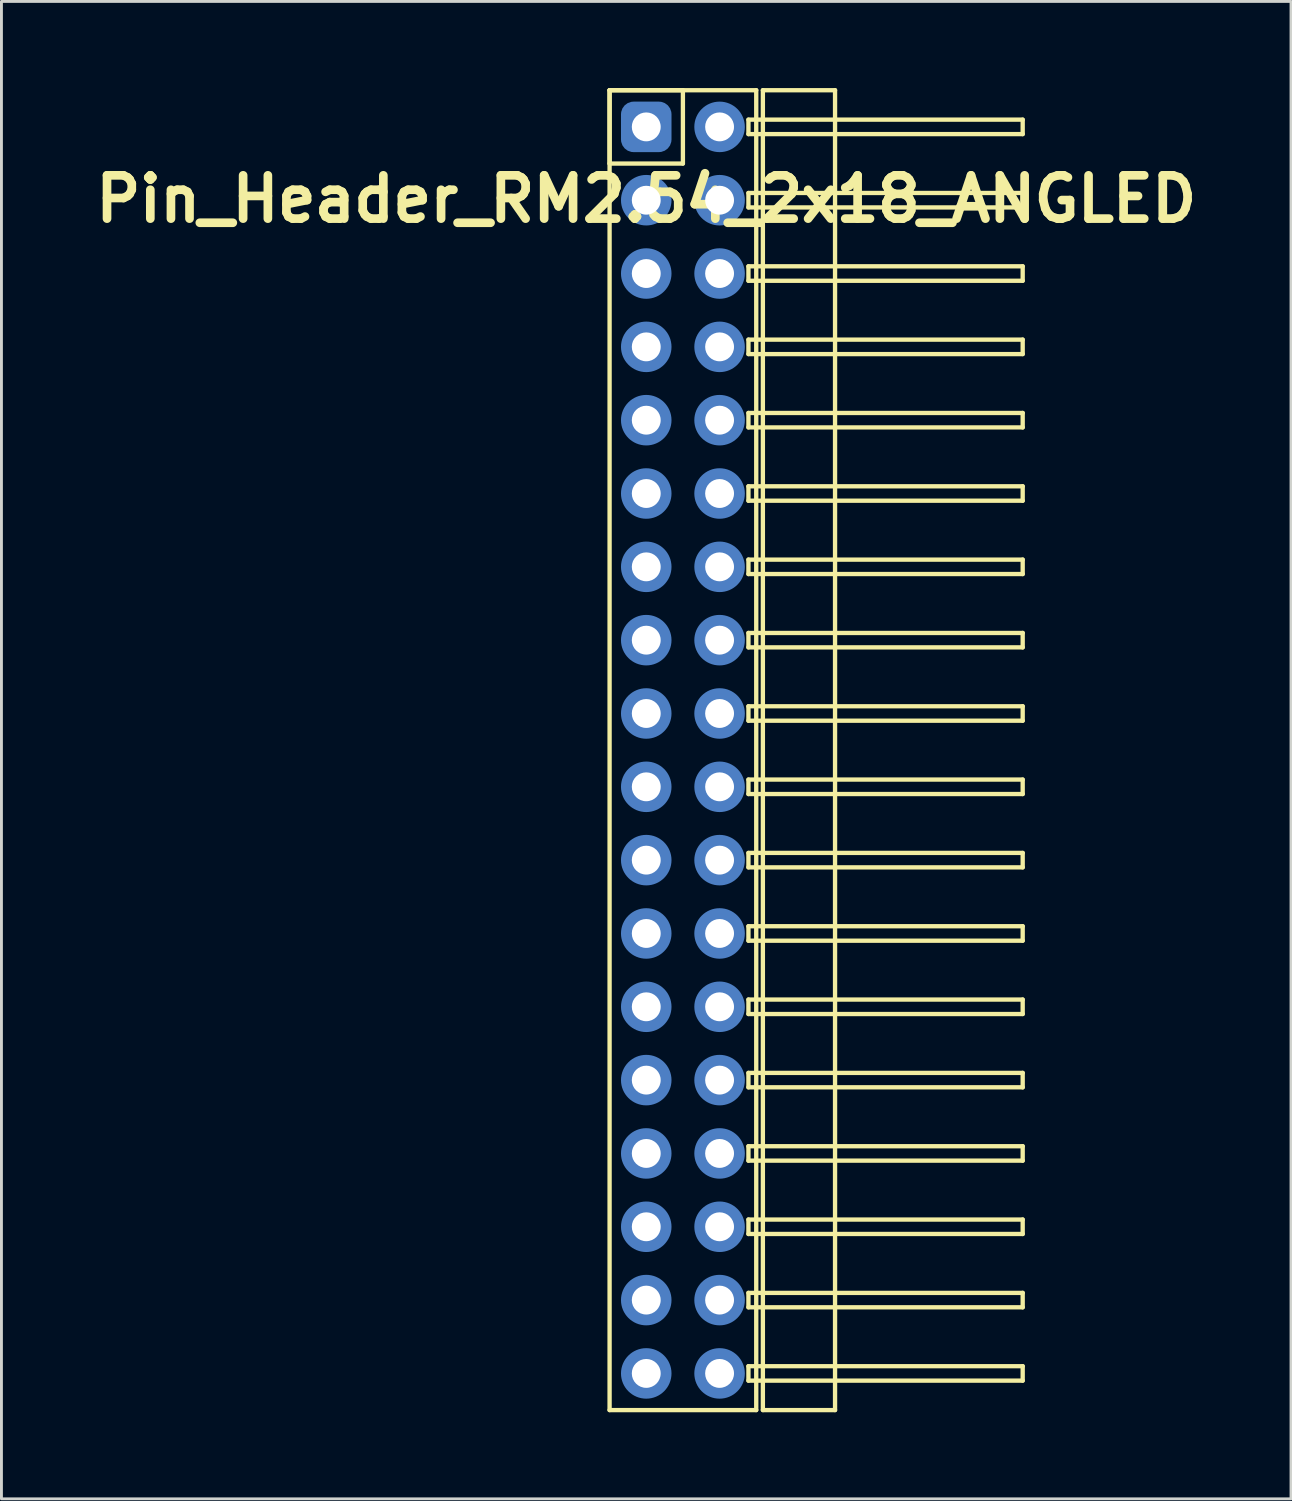
<source format=kicad_pcb>
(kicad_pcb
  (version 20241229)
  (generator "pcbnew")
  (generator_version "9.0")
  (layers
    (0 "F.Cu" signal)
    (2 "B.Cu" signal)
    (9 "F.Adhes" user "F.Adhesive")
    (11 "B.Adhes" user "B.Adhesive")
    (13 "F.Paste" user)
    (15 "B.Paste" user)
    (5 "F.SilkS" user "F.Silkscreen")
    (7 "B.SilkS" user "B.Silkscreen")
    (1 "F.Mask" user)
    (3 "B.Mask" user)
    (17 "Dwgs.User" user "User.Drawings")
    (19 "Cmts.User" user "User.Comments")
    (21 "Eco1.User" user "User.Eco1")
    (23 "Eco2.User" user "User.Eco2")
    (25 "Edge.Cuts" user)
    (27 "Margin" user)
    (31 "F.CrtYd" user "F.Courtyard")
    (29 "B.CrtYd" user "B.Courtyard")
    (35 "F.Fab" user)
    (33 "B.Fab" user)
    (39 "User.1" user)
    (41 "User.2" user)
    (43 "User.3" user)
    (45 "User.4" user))
  (footprint "Pin_Header_RM2.54_2x18_ANGLED"
    (layer "F.Cu")
    (at 19.336 1.345)
    (property "Reference" "Pin_Header_RM2.54_2x18_ANGLED" (at 0 2.5 0) (layer "F.SilkS") (effects (font (size 1.5 1.5) (thickness 0.3))))
    (attr through_hole)
    (fp_line (start -1.27 -1.27) (end 1.27 -1.27) (stroke (width 0.15) (type solid)) (layer "F.SilkS"))
    (fp_line (start -1.27 -1.27) (end 3.81 -1.27) (stroke (width 0.15) (type solid)) (layer "F.SilkS"))
    (fp_line (start -1.27 1.27) (end -1.27 -1.27) (stroke (width 0.15) (type solid)) (layer "F.SilkS"))
    (fp_line (start -1.27 44.45) (end -1.27 -1.27) (stroke (width 0.15) (type solid)) (layer "F.SilkS"))
    (fp_line (start 1.27 -1.27) (end 1.27 1.27) (stroke (width 0.15) (type solid)) (layer "F.SilkS"))
    (fp_line (start 1.27 1.27) (end -1.27 1.27) (stroke (width 0.15) (type solid)) (layer "F.SilkS"))
    (fp_line (start 3.54 -0.25) (end 13.04 -0.25) (stroke (width 0.15) (type solid)) (layer "F.SilkS"))
    (fp_line (start 3.54 0.25) (end 3.54 -0.25) (stroke (width 0.15) (type solid)) (layer "F.SilkS"))
    (fp_line (start 3.54 2.29) (end 13.04 2.29) (stroke (width 0.15) (type solid)) (layer "F.SilkS"))
    (fp_line (start 3.54 2.79) (end 3.54 2.29) (stroke (width 0.15) (type solid)) (layer "F.SilkS"))
    (fp_line (start 3.54 4.83) (end 13.04 4.83) (stroke (width 0.15) (type solid)) (layer "F.SilkS"))
    (fp_line (start 3.54 5.33) (end 3.54 4.83) (stroke (width 0.15) (type solid)) (layer "F.SilkS"))
    (fp_line (start 3.54 7.37) (end 13.04 7.37) (stroke (width 0.15) (type solid)) (layer "F.SilkS"))
    (fp_line (start 3.54 7.87) (end 3.54 7.37) (stroke (width 0.15) (type solid)) (layer "F.SilkS"))
    (fp_line (start 3.54 9.91) (end 13.04 9.91) (stroke (width 0.15) (type solid)) (layer "F.SilkS"))
    (fp_line (start 3.54 10.41) (end 3.54 9.91) (stroke (width 0.15) (type solid)) (layer "F.SilkS"))
    (fp_line (start 3.54 12.45) (end 13.04 12.45) (stroke (width 0.15) (type solid)) (layer "F.SilkS"))
    (fp_line (start 3.54 12.95) (end 3.54 12.45) (stroke (width 0.15) (type solid)) (layer "F.SilkS"))
    (fp_line (start 3.54 14.99) (end 13.04 14.99) (stroke (width 0.15) (type solid)) (layer "F.SilkS"))
    (fp_line (start 3.54 15.49) (end 3.54 14.99) (stroke (width 0.15) (type solid)) (layer "F.SilkS"))
    (fp_line (start 3.54 17.53) (end 13.04 17.53) (stroke (width 0.15) (type solid)) (layer "F.SilkS"))
    (fp_line (start 3.54 18.03) (end 3.54 17.53) (stroke (width 0.15) (type solid)) (layer "F.SilkS"))
    (fp_line (start 3.54 20.07) (end 13.04 20.07) (stroke (width 0.15) (type solid)) (layer "F.SilkS"))
    (fp_line (start 3.54 20.57) (end 3.54 20.07) (stroke (width 0.15) (type solid)) (layer "F.SilkS"))
    (fp_line (start 3.54 22.61) (end 13.04 22.61) (stroke (width 0.15) (type solid)) (layer "F.SilkS"))
    (fp_line (start 3.54 23.11) (end 3.54 22.61) (stroke (width 0.15) (type solid)) (layer "F.SilkS"))
    (fp_line (start 3.54 25.15) (end 13.04 25.15) (stroke (width 0.15) (type solid)) (layer "F.SilkS"))
    (fp_line (start 3.54 25.65) (end 3.54 25.15) (stroke (width 0.15) (type solid)) (layer "F.SilkS"))
    (fp_line (start 3.54 27.69) (end 13.04 27.69) (stroke (width 0.15) (type solid)) (layer "F.SilkS"))
    (fp_line (start 3.54 28.19) (end 3.54 27.69) (stroke (width 0.15) (type solid)) (layer "F.SilkS"))
    (fp_line (start 3.54 30.23) (end 13.04 30.23) (stroke (width 0.15) (type solid)) (layer "F.SilkS"))
    (fp_line (start 3.54 30.73) (end 3.54 30.23) (stroke (width 0.15) (type solid)) (layer "F.SilkS"))
    (fp_line (start 3.54 32.77) (end 13.04 32.77) (stroke (width 0.15) (type solid)) (layer "F.SilkS"))
    (fp_line (start 3.54 33.27) (end 3.54 32.77) (stroke (width 0.15) (type solid)) (layer "F.SilkS"))
    (fp_line (start 3.54 35.31) (end 13.04 35.31) (stroke (width 0.15) (type solid)) (layer "F.SilkS"))
    (fp_line (start 3.54 35.81) (end 3.54 35.31) (stroke (width 0.15) (type solid)) (layer "F.SilkS"))
    (fp_line (start 3.54 37.85) (end 13.04 37.85) (stroke (width 0.15) (type solid)) (layer "F.SilkS"))
    (fp_line (start 3.54 38.35) (end 3.54 37.85) (stroke (width 0.15) (type solid)) (layer "F.SilkS"))
    (fp_line (start 3.54 40.39) (end 13.04 40.39) (stroke (width 0.15) (type solid)) (layer "F.SilkS"))
    (fp_line (start 3.54 40.89) (end 3.54 40.39) (stroke (width 0.15) (type solid)) (layer "F.SilkS"))
    (fp_line (start 3.54 42.93) (end 13.04 42.93) (stroke (width 0.15) (type solid)) (layer "F.SilkS"))
    (fp_line (start 3.54 43.43) (end 3.54 42.93) (stroke (width 0.15) (type solid)) (layer "F.SilkS"))
    (fp_line (start 3.81 -1.27) (end 3.81 44.45) (stroke (width 0.15) (type solid)) (layer "F.SilkS"))
    (fp_line (start 3.81 44.45) (end -1.27 44.45) (stroke (width 0.15) (type solid)) (layer "F.SilkS"))
    (fp_line (start 4.04 -1.27) (end 6.54 -1.27) (stroke (width 0.15) (type solid)) (layer "F.SilkS"))
    (fp_line (start 4.04 44.45) (end 4.04 -1.27) (stroke (width 0.15) (type solid)) (layer "F.SilkS"))
    (fp_line (start 6.54 -1.27) (end 6.54 44.45) (stroke (width 0.15) (type solid)) (layer "F.SilkS"))
    (fp_line (start 6.54 44.45) (end 4.04 44.45) (stroke (width 0.15) (type solid)) (layer "F.SilkS"))
    (fp_line (start 13.04 -0.25) (end 13.04 0.25) (stroke (width 0.15) (type solid)) (layer "F.SilkS"))
    (fp_line (start 13.04 0.25) (end 3.54 0.25) (stroke (width 0.15) (type solid)) (layer "F.SilkS"))
    (fp_line (start 13.04 2.29) (end 13.04 2.79) (stroke (width 0.15) (type solid)) (layer "F.SilkS"))
    (fp_line (start 13.04 2.79) (end 3.54 2.79) (stroke (width 0.15) (type solid)) (layer "F.SilkS"))
    (fp_line (start 13.04 4.83) (end 13.04 5.33) (stroke (width 0.15) (type solid)) (layer "F.SilkS"))
    (fp_line (start 13.04 5.33) (end 3.54 5.33) (stroke (width 0.15) (type solid)) (layer "F.SilkS"))
    (fp_line (start 13.04 7.37) (end 13.04 7.87) (stroke (width 0.15) (type solid)) (layer "F.SilkS"))
    (fp_line (start 13.04 7.87) (end 3.54 7.87) (stroke (width 0.15) (type solid)) (layer "F.SilkS"))
    (fp_line (start 13.04 9.91) (end 13.04 10.41) (stroke (width 0.15) (type solid)) (layer "F.SilkS"))
    (fp_line (start 13.04 10.41) (end 3.54 10.41) (stroke (width 0.15) (type solid)) (layer "F.SilkS"))
    (fp_line (start 13.04 12.45) (end 13.04 12.95) (stroke (width 0.15) (type solid)) (layer "F.SilkS"))
    (fp_line (start 13.04 12.95) (end 3.54 12.95) (stroke (width 0.15) (type solid)) (layer "F.SilkS"))
    (fp_line (start 13.04 14.99) (end 13.04 15.49) (stroke (width 0.15) (type solid)) (layer "F.SilkS"))
    (fp_line (start 13.04 15.49) (end 3.54 15.49) (stroke (width 0.15) (type solid)) (layer "F.SilkS"))
    (fp_line (start 13.04 17.53) (end 13.04 18.03) (stroke (width 0.15) (type solid)) (layer "F.SilkS"))
    (fp_line (start 13.04 18.03) (end 3.54 18.03) (stroke (width 0.15) (type solid)) (layer "F.SilkS"))
    (fp_line (start 13.04 20.07) (end 13.04 20.57) (stroke (width 0.15) (type solid)) (layer "F.SilkS"))
    (fp_line (start 13.04 20.57) (end 3.54 20.57) (stroke (width 0.15) (type solid)) (layer "F.SilkS"))
    (fp_line (start 13.04 22.61) (end 13.04 23.11) (stroke (width 0.15) (type solid)) (layer "F.SilkS"))
    (fp_line (start 13.04 23.11) (end 3.54 23.11) (stroke (width 0.15) (type solid)) (layer "F.SilkS"))
    (fp_line (start 13.04 25.15) (end 13.04 25.65) (stroke (width 0.15) (type solid)) (layer "F.SilkS"))
    (fp_line (start 13.04 25.65) (end 3.54 25.65) (stroke (width 0.15) (type solid)) (layer "F.SilkS"))
    (fp_line (start 13.04 27.69) (end 13.04 28.19) (stroke (width 0.15) (type solid)) (layer "F.SilkS"))
    (fp_line (start 13.04 28.19) (end 3.54 28.19) (stroke (width 0.15) (type solid)) (layer "F.SilkS"))
    (fp_line (start 13.04 30.23) (end 13.04 30.73) (stroke (width 0.15) (type solid)) (layer "F.SilkS"))
    (fp_line (start 13.04 30.73) (end 3.54 30.73) (stroke (width 0.15) (type solid)) (layer "F.SilkS"))
    (fp_line (start 13.04 32.77) (end 13.04 33.27) (stroke (width 0.15) (type solid)) (layer "F.SilkS"))
    (fp_line (start 13.04 33.27) (end 3.54 33.27) (stroke (width 0.15) (type solid)) (layer "F.SilkS"))
    (fp_line (start 13.04 35.31) (end 13.04 35.81) (stroke (width 0.15) (type solid)) (layer "F.SilkS"))
    (fp_line (start 13.04 35.81) (end 3.54 35.81) (stroke (width 0.15) (type solid)) (layer "F.SilkS"))
    (fp_line (start 13.04 37.85) (end 13.04 38.35) (stroke (width 0.15) (type solid)) (layer "F.SilkS"))
    (fp_line (start 13.04 38.35) (end 3.54 38.35) (stroke (width 0.15) (type solid)) (layer "F.SilkS"))
    (fp_line (start 13.04 40.39) (end 13.04 40.89) (stroke (width 0.15) (type solid)) (layer "F.SilkS"))
    (fp_line (start 13.04 40.89) (end 3.54 40.89) (stroke (width 0.15) (type solid)) (layer "F.SilkS"))
    (fp_line (start 13.04 42.93) (end 13.04 43.43) (stroke (width 0.15) (type solid)) (layer "F.SilkS"))
    (fp_line (start 13.04 43.43) (end 3.54 43.43) (stroke (width 0.15) (type solid)) (layer "F.SilkS"))
    (pad "1" thru_hole circle (at 0 0) (size 1.3 1.3) (drill 1) (layers "*.Cu" "*.Mask"))
    (pad "1" smd roundrect (at 0 0) (size 1.5 1.5) (layers "F.Cu" "F.Mask") (roundrect_rratio 0.25))
    (pad "1" smd roundrect (at 0 0) (size 1.75 1.75) (layers "B.Cu" "B.Mask") (roundrect_rratio 0.25))
    (pad "2" thru_hole circle (at 2.54 0) (size 1.3 1.3) (drill 1) (layers "*.Cu" "*.Mask"))
    (pad "2" smd circle (at 2.54 0) (size 1.5 1.5) (layers "F.Cu" "F.Mask"))
    (pad "2" smd circle (at 2.54 0) (size 1.75 1.75) (layers "B.Cu" "B.Mask"))
    (pad "3" thru_hole circle (at 0 2.54) (size 1.3 1.3) (drill 1) (layers "*.Cu" "*.Mask"))
    (pad "3" smd circle (at 0 2.54) (size 1.5 1.5) (layers "F.Cu" "F.Mask"))
    (pad "3" smd circle (at 0 2.54) (size 1.75 1.75) (layers "B.Cu" "B.Mask"))
    (pad "4" thru_hole circle (at 2.54 2.54) (size 1.3 1.3) (drill 1) (layers "*.Cu" "*.Mask"))
    (pad "4" smd circle (at 2.54 2.54) (size 1.5 1.5) (layers "F.Cu" "F.Mask"))
    (pad "4" smd circle (at 2.54 2.54) (size 1.75 1.75) (layers "B.Cu" "B.Mask"))
    (pad "5" thru_hole circle (at 0 5.08) (size 1.3 1.3) (drill 1) (layers "*.Cu" "*.Mask"))
    (pad "5" smd circle (at 0 5.08) (size 1.5 1.5) (layers "F.Cu" "F.Mask"))
    (pad "5" smd circle (at 0 5.08) (size 1.75 1.75) (layers "B.Cu" "B.Mask"))
    (pad "6" thru_hole circle (at 2.54 5.08) (size 1.3 1.3) (drill 1) (layers "*.Cu" "*.Mask"))
    (pad "6" smd circle (at 2.54 5.08) (size 1.5 1.5) (layers "F.Cu" "F.Mask"))
    (pad "6" smd circle (at 2.54 5.08) (size 1.75 1.75) (layers "B.Cu" "B.Mask"))
    (pad "7" thru_hole circle (at 0 7.62) (size 1.3 1.3) (drill 1) (layers "*.Cu" "*.Mask"))
    (pad "7" smd circle (at 0 7.62) (size 1.5 1.5) (layers "F.Cu" "F.Mask"))
    (pad "7" smd circle (at 0 7.62) (size 1.75 1.75) (layers "B.Cu" "B.Mask"))
    (pad "8" thru_hole circle (at 2.54 7.62) (size 1.3 1.3) (drill 1) (layers "*.Cu" "*.Mask"))
    (pad "8" smd circle (at 2.54 7.62) (size 1.5 1.5) (layers "F.Cu" "F.Mask"))
    (pad "8" smd circle (at 2.54 7.62) (size 1.75 1.75) (layers "B.Cu" "B.Mask"))
    (pad "9" thru_hole circle (at 0 10.16) (size 1.3 1.3) (drill 1) (layers "*.Cu" "*.Mask"))
    (pad "9" smd circle (at 0 10.16) (size 1.5 1.5) (layers "F.Cu" "F.Mask"))
    (pad "9" smd circle (at 0 10.16) (size 1.75 1.75) (layers "B.Cu" "B.Mask"))
    (pad "10" thru_hole circle (at 2.54 10.16) (size 1.3 1.3) (drill 1) (layers "*.Cu" "*.Mask"))
    (pad "10" smd circle (at 2.54 10.16) (size 1.5 1.5) (layers "F.Cu" "F.Mask"))
    (pad "10" smd circle (at 2.54 10.16) (size 1.75 1.75) (layers "B.Cu" "B.Mask"))
    (pad "11" thru_hole circle (at 0 12.7) (size 1.3 1.3) (drill 1) (layers "*.Cu" "*.Mask"))
    (pad "11" smd circle (at 0 12.7) (size 1.5 1.5) (layers "F.Cu" "F.Mask"))
    (pad "11" smd circle (at 0 12.7) (size 1.75 1.75) (layers "B.Cu" "B.Mask"))
    (pad "12" thru_hole circle (at 2.54 12.7) (size 1.3 1.3) (drill 1) (layers "*.Cu" "*.Mask"))
    (pad "12" smd circle (at 2.54 12.7) (size 1.5 1.5) (layers "F.Cu" "F.Mask"))
    (pad "12" smd circle (at 2.54 12.7) (size 1.75 1.75) (layers "B.Cu" "B.Mask"))
    (pad "13" thru_hole circle (at 0 15.24) (size 1.3 1.3) (drill 1) (layers "*.Cu" "*.Mask"))
    (pad "13" smd circle (at 0 15.24) (size 1.5 1.5) (layers "F.Cu" "F.Mask"))
    (pad "13" smd circle (at 0 15.24) (size 1.75 1.75) (layers "B.Cu" "B.Mask"))
    (pad "14" thru_hole circle (at 2.54 15.24) (size 1.3 1.3) (drill 1) (layers "*.Cu" "*.Mask"))
    (pad "14" smd circle (at 2.54 15.24) (size 1.5 1.5) (layers "F.Cu" "F.Mask"))
    (pad "14" smd circle (at 2.54 15.24) (size 1.75 1.75) (layers "B.Cu" "B.Mask"))
    (pad "15" thru_hole circle (at 0 17.78) (size 1.3 1.3) (drill 1) (layers "*.Cu" "*.Mask"))
    (pad "15" smd circle (at 0 17.78) (size 1.5 1.5) (layers "F.Cu" "F.Mask"))
    (pad "15" smd circle (at 0 17.78) (size 1.75 1.75) (layers "B.Cu" "B.Mask"))
    (pad "16" thru_hole circle (at 2.54 17.78) (size 1.3 1.3) (drill 1) (layers "*.Cu" "*.Mask"))
    (pad "16" smd circle (at 2.54 17.78) (size 1.5 1.5) (layers "F.Cu" "F.Mask"))
    (pad "16" smd circle (at 2.54 17.78) (size 1.75 1.75) (layers "B.Cu" "B.Mask"))
    (pad "17" thru_hole circle (at 0 20.32) (size 1.3 1.3) (drill 1) (layers "*.Cu" "*.Mask"))
    (pad "17" smd circle (at 0 20.32) (size 1.5 1.5) (layers "F.Cu" "F.Mask"))
    (pad "17" smd circle (at 0 20.32) (size 1.75 1.75) (layers "B.Cu" "B.Mask"))
    (pad "18" thru_hole circle (at 2.54 20.32) (size 1.3 1.3) (drill 1) (layers "*.Cu" "*.Mask"))
    (pad "18" smd circle (at 2.54 20.32) (size 1.5 1.5) (layers "F.Cu" "F.Mask"))
    (pad "18" smd circle (at 2.54 20.32) (size 1.75 1.75) (layers "B.Cu" "B.Mask"))
    (pad "19" thru_hole circle (at 0 22.86) (size 1.3 1.3) (drill 1) (layers "*.Cu" "*.Mask"))
    (pad "19" smd circle (at 0 22.86) (size 1.5 1.5) (layers "F.Cu" "F.Mask"))
    (pad "19" smd circle (at 0 22.86) (size 1.75 1.75) (layers "B.Cu" "B.Mask"))
    (pad "20" thru_hole circle (at 2.54 22.86) (size 1.3 1.3) (drill 1) (layers "*.Cu" "*.Mask"))
    (pad "20" smd circle (at 2.54 22.86) (size 1.5 1.5) (layers "F.Cu" "F.Mask"))
    (pad "20" smd circle (at 2.54 22.86) (size 1.75 1.75) (layers "B.Cu" "B.Mask"))
    (pad "21" thru_hole circle (at 0 25.4) (size 1.3 1.3) (drill 1) (layers "*.Cu" "*.Mask"))
    (pad "21" smd circle (at 0 25.4) (size 1.5 1.5) (layers "F.Cu" "F.Mask"))
    (pad "21" smd circle (at 0 25.4) (size 1.75 1.75) (layers "B.Cu" "B.Mask"))
    (pad "22" thru_hole circle (at 2.54 25.4) (size 1.3 1.3) (drill 1) (layers "*.Cu" "*.Mask"))
    (pad "22" smd circle (at 2.54 25.4) (size 1.5 1.5) (layers "F.Cu" "F.Mask"))
    (pad "22" smd circle (at 2.54 25.4) (size 1.75 1.75) (layers "B.Cu" "B.Mask"))
    (pad "23" thru_hole circle (at 0 27.94) (size 1.3 1.3) (drill 1) (layers "*.Cu" "*.Mask"))
    (pad "23" smd circle (at 0 27.94) (size 1.5 1.5) (layers "F.Cu" "F.Mask"))
    (pad "23" smd circle (at 0 27.94) (size 1.75 1.75) (layers "B.Cu" "B.Mask"))
    (pad "24" thru_hole circle (at 2.54 27.94) (size 1.3 1.3) (drill 1) (layers "*.Cu" "*.Mask"))
    (pad "24" smd circle (at 2.54 27.94) (size 1.5 1.5) (layers "F.Cu" "F.Mask"))
    (pad "24" smd circle (at 2.54 27.94) (size 1.75 1.75) (layers "B.Cu" "B.Mask"))
    (pad "25" thru_hole circle (at 0 30.48) (size 1.3 1.3) (drill 1) (layers "*.Cu" "*.Mask"))
    (pad "25" smd circle (at 0 30.48) (size 1.5 1.5) (layers "F.Cu" "F.Mask"))
    (pad "25" smd circle (at 0 30.48) (size 1.75 1.75) (layers "B.Cu" "B.Mask"))
    (pad "26" thru_hole circle (at 2.54 30.48) (size 1.3 1.3) (drill 1) (layers "*.Cu" "*.Mask"))
    (pad "26" smd circle (at 2.54 30.48) (size 1.5 1.5) (layers "F.Cu" "F.Mask"))
    (pad "26" smd circle (at 2.54 30.48) (size 1.75 1.75) (layers "B.Cu" "B.Mask"))
    (pad "27" thru_hole circle (at 0 33.02) (size 1.3 1.3) (drill 1) (layers "*.Cu" "*.Mask"))
    (pad "27" smd circle (at 0 33.02) (size 1.5 1.5) (layers "F.Cu" "F.Mask"))
    (pad "27" smd circle (at 0 33.02) (size 1.75 1.75) (layers "B.Cu" "B.Mask"))
    (pad "28" thru_hole circle (at 2.54 33.02) (size 1.3 1.3) (drill 1) (layers "*.Cu" "*.Mask"))
    (pad "28" smd circle (at 2.54 33.02) (size 1.5 1.5) (layers "F.Cu" "F.Mask"))
    (pad "28" smd circle (at 2.54 33.02) (size 1.75 1.75) (layers "B.Cu" "B.Mask"))
    (pad "29" thru_hole circle (at 0 35.56) (size 1.3 1.3) (drill 1) (layers "*.Cu" "*.Mask"))
    (pad "29" smd circle (at 0 35.56) (size 1.5 1.5) (layers "F.Cu" "F.Mask"))
    (pad "29" smd circle (at 0 35.56) (size 1.75 1.75) (layers "B.Cu" "B.Mask"))
    (pad "30" thru_hole circle (at 2.54 35.56) (size 1.3 1.3) (drill 1) (layers "*.Cu" "*.Mask"))
    (pad "30" smd circle (at 2.54 35.56) (size 1.5 1.5) (layers "F.Cu" "F.Mask"))
    (pad "30" smd circle (at 2.54 35.56) (size 1.75 1.75) (layers "B.Cu" "B.Mask"))
    (pad "31" thru_hole circle (at 0 38.1) (size 1.3 1.3) (drill 1) (layers "*.Cu" "*.Mask"))
    (pad "31" smd circle (at 0 38.1) (size 1.5 1.5) (layers "F.Cu" "F.Mask"))
    (pad "31" smd circle (at 0 38.1) (size 1.75 1.75) (layers "B.Cu" "B.Mask"))
    (pad "32" thru_hole circle (at 2.54 38.1) (size 1.3 1.3) (drill 1) (layers "*.Cu" "*.Mask"))
    (pad "32" smd circle (at 2.54 38.1) (size 1.5 1.5) (layers "F.Cu" "F.Mask"))
    (pad "32" smd circle (at 2.54 38.1) (size 1.75 1.75) (layers "B.Cu" "B.Mask"))
    (pad "33" thru_hole circle (at 0 40.64) (size 1.3 1.3) (drill 1) (layers "*.Cu" "*.Mask"))
    (pad "33" smd circle (at 0 40.64) (size 1.5 1.5) (layers "F.Cu" "F.Mask"))
    (pad "33" smd circle (at 0 40.64) (size 1.75 1.75) (layers "B.Cu" "B.Mask"))
    (pad "34" thru_hole circle (at 2.54 40.64) (size 1.3 1.3) (drill 1) (layers "*.Cu" "*.Mask"))
    (pad "34" smd circle (at 2.54 40.64) (size 1.5 1.5) (layers "F.Cu" "F.Mask"))
    (pad "34" smd circle (at 2.54 40.64) (size 1.75 1.75) (layers "B.Cu" "B.Mask"))
    (pad "35" thru_hole circle (at 0 43.18) (size 1.3 1.3) (drill 1) (layers "*.Cu" "*.Mask"))
    (pad "35" smd circle (at 0 43.18) (size 1.5 1.5) (layers "F.Cu" "F.Mask"))
    (pad "35" smd circle (at 0 43.18) (size 1.75 1.75) (layers "B.Cu" "B.Mask"))
    (pad "36" thru_hole circle (at 2.54 43.18) (size 1.3 1.3) (drill 1) (layers "*.Cu" "*.Mask"))
    (pad "36" smd circle (at 2.54 43.18) (size 1.5 1.5) (layers "F.Cu" "F.Mask"))
    (pad "36" smd circle (at 2.54 43.18) (size 1.75 1.75) (layers "B.Cu" "B.Mask")))
  (gr_rect
    (start -3 -3)
    (end 41.671 48.87)
    (stroke (width 0.1) (type default))
    (fill no)
    (layer "Edge.Cuts")))
</source>
